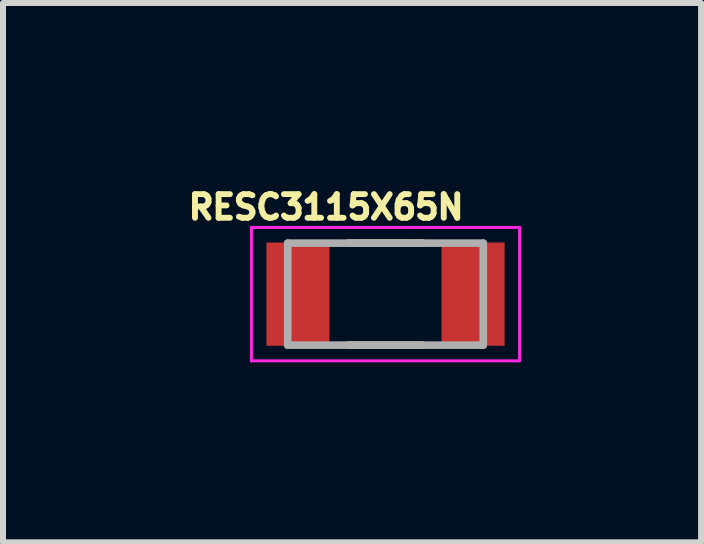
<source format=kicad_pcb>
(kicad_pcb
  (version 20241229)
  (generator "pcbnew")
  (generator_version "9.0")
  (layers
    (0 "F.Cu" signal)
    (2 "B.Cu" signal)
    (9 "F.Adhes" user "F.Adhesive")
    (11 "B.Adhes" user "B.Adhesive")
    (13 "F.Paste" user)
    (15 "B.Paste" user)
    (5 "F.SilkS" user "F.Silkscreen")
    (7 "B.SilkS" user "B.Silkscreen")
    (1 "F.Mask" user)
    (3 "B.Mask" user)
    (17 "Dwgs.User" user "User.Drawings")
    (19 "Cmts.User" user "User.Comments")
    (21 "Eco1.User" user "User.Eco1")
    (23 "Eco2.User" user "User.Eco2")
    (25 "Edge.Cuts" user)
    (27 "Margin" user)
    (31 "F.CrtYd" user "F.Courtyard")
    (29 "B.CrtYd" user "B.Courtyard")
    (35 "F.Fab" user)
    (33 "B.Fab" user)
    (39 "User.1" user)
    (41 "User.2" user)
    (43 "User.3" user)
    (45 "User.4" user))
  (footprint "RESC3115X65N"
    (layer "F.Cu")
    (at 3.376 1.853)
    (property "Reference" "RESC3115X65N" (at -0.99 -1.45 0) (layer "F.SilkS") (effects (font (size 0.394 0.394) (thickness 0.15))))
    (attr through_hole)
    (fp_line (start -0.62 -0.85) (end 0.62 -0.85) (stroke (width 0.127) (type solid)) (layer "F.SilkS"))
    (fp_line (start -0.62 0.85) (end 0.62 0.85) (stroke (width 0.127) (type solid)) (layer "F.SilkS"))
    (fp_line (start -2.235 -1.112) (end 2.235 -1.112) (stroke (width 0.05) (type solid)) (layer "F.CrtYd"))
    (fp_line (start -2.235 1.112) (end -2.235 -1.112) (stroke (width 0.05) (type solid)) (layer "F.CrtYd"))
    (fp_line (start -2.235 1.112) (end 2.235 1.112) (stroke (width 0.05) (type solid)) (layer "F.CrtYd"))
    (fp_line (start 2.235 1.112) (end 2.235 -1.112) (stroke (width 0.05) (type solid)) (layer "F.CrtYd"))
    (fp_line (start -1.63 0.85) (end -1.63 -0.85) (stroke (width 0.127) (type solid)) (layer "F.Fab"))
    (fp_line (start 1.63 -0.85) (end -1.63 -0.85) (stroke (width 0.127) (type solid)) (layer "F.Fab"))
    (fp_line (start 1.63 0.85) (end -1.63 0.85) (stroke (width 0.127) (type solid)) (layer "F.Fab"))
    (fp_line (start 1.63 0.85) (end 1.63 -0.85) (stroke (width 0.127) (type solid)) (layer "F.Fab"))
    (pad "1" smd rect (at -1.46 0) (size 1.05 1.72) (layers "F.Cu" "F.Mask" "F.Paste"))
    (pad "2" smd rect (at 1.46 0) (size 1.05 1.72) (layers "F.Cu" "F.Mask" "F.Paste")))
  (gr_rect
    (start -3 -3)
    (end 8.636 5.99)
    (stroke (width 0.1) (type default))
    (fill no)
    (layer "Edge.Cuts")))
</source>
